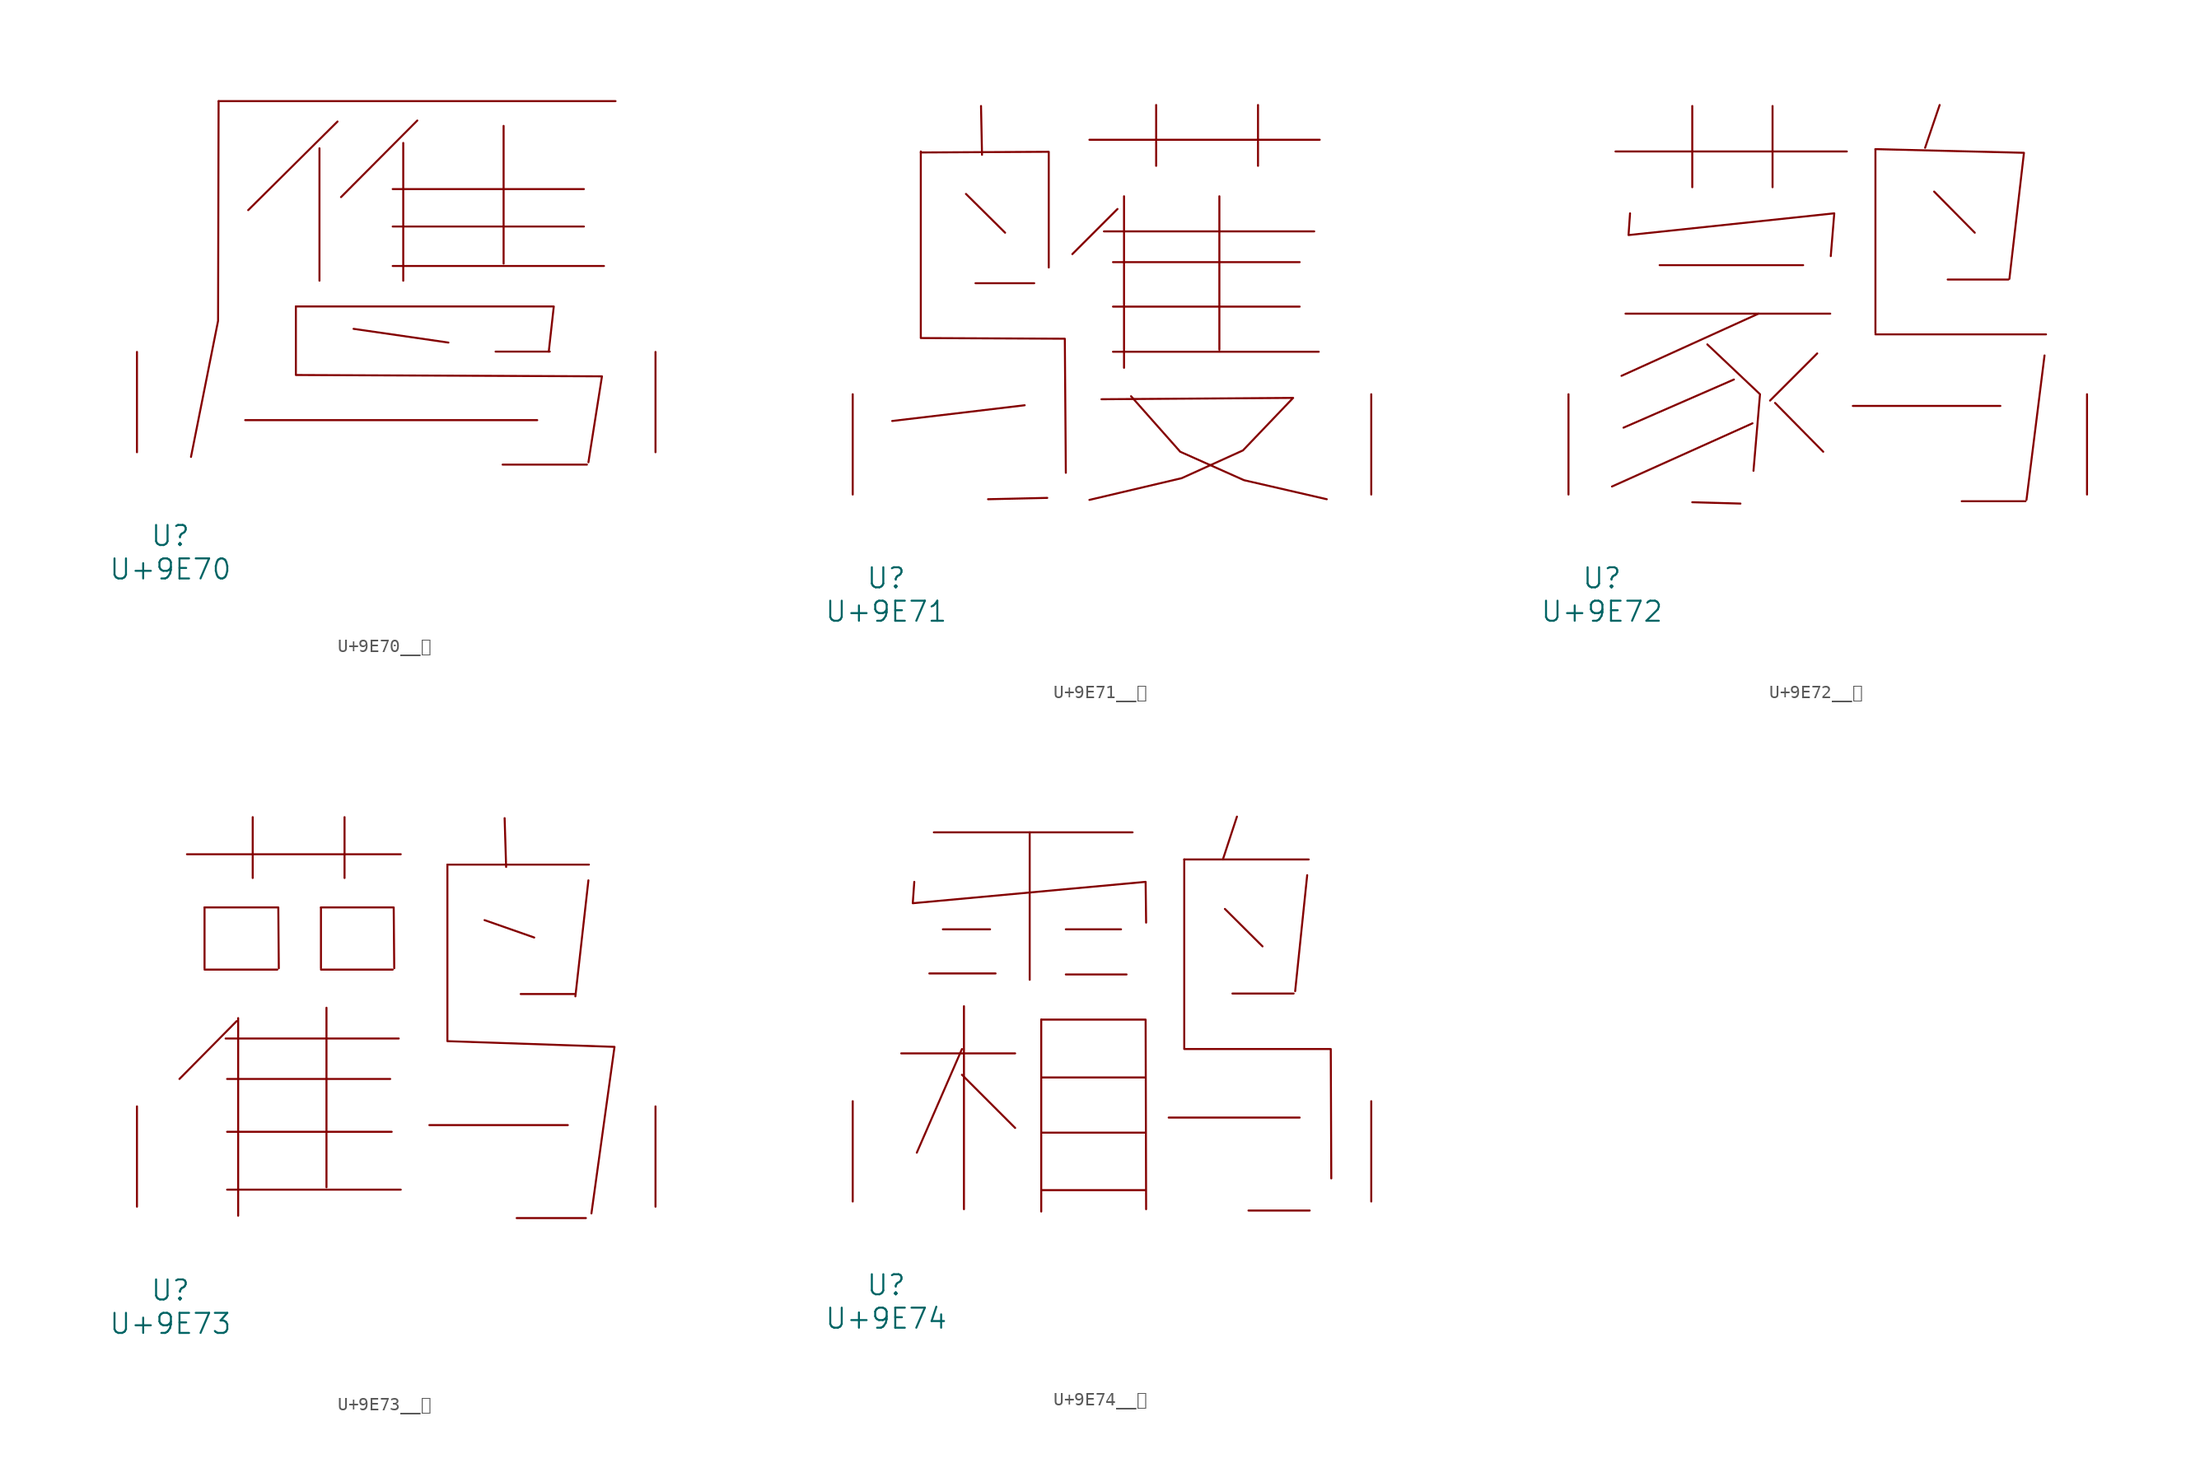
<source format=kicad_sym>
(kicad_symbol_lib
  (version 20231120)
  (generator "kicad_symbol_editor")
  (generator_version "8.0")
  (symbol "U+9E70__鹰"
    (pin_names
      (offset 1.016))
    (property "Reference" "U"
      (at 0 -6.35 0)
      (effects (font (size 1.524 1.524))))
    (property "Value" "U+9E70"
      (at 0 -8.89 0)
      (effects (font (size 1.524 1.524))))
    (symbol "U+9E70__鹰_0_1"
      (polyline (pts (xy 3.658 26.67) (xy 33.795 26.67)) (stroke (width 0) (type solid)) (fill (type none)))
      (polyline (pts (xy 5.677 2.438) (xy 27.851 2.438)) (stroke (width 0) (type solid)) (fill (type none)))
      (polyline (pts (xy 11.316 23.089) (xy 11.316 13.03)) (stroke (width 0) (type solid)) (fill (type none)))
      (polyline (pts (xy 12.687 25.121) (xy 5.905 18.39)) (stroke (width 0) (type solid)) (fill (type none)))
      (polyline (pts (xy 13.906 9.373) (xy 21.107 8.331)) (stroke (width 0) (type solid)) (fill (type none)))
      (polyline (pts (xy 16.878 14.148) (xy 32.918 14.148)) (stroke (width 0) (type solid)) (fill (type none)))
      (polyline (pts (xy 16.878 17.145) (xy 31.394 17.145)) (stroke (width 0) (type solid)) (fill (type none)))
      (polyline (pts (xy 16.878 19.99) (xy 31.394 19.99)) (stroke (width 0) (type solid)) (fill (type none)))
      (polyline (pts (xy 17.678 23.495) (xy 17.678 13.03)) (stroke (width 0) (type solid)) (fill (type none)))
      (polyline (pts (xy 18.745 25.197) (xy 12.954 19.38)) (stroke (width 0) (type solid)) (fill (type none)))
      (polyline (pts (xy 24.689 7.645) (xy 28.804 7.645)) (stroke (width 0) (type solid)) (fill (type none)))
      (polyline (pts (xy 25.222 -0.94) (xy 31.623 -0.94)) (stroke (width 0) (type solid)) (fill (type none)))
      (polyline (pts (xy 25.298 24.79) (xy 25.298 14.326)) (stroke (width 0) (type solid)) (fill (type none)))
      (polyline (pts (xy 3.658 26.67) (xy 3.619 9.982) (xy 1.562 -0.356)) (stroke (width 0) (type solid)) (fill (type none)))
      (polyline (pts (xy 9.525 11.074) (xy 29.108 11.074) (xy 28.727 7.645)) (stroke (width 0) (type solid)) (fill (type none)))
      (polyline (pts (xy 9.525 11.074) (xy 9.525 5.867) (xy 32.766 5.766) (xy 31.737 -0.762)) (stroke (width 0) (type solid)) (fill (type none)))
      (pin input line (at -2.54 0 90) (length 7.62) (name "~" (effects (font (size 1.27 1.27)))) (number "~" (effects (font (size 1.27 1.27)))))
      (pin input line (at 36.83 0 90) (length 7.62) (name "~" (effects (font (size 1.27 1.27)))) (number "~" (effects (font (size 1.27 1.27)))))))
  (symbol "U+9E71__鹱"
    (pin_names
      (offset 1.016))
    (property "Reference" "U"
      (at 0 -6.35 0)
      (effects (font (size 1.524 1.524))))
    (property "Value" "U+9E71"
      (at 0 -8.89 0)
      (effects (font (size 1.524 1.524))))
    (symbol "U+9E71__鹱_0_1"
      (polyline (pts (xy 6.058 22.835) (xy 9.03 19.888)) (stroke (width 0) (type solid)) (fill (type none)))
      (polyline (pts (xy 6.782 16.053) (xy 11.239 16.053)) (stroke (width 0) (type solid)) (fill (type none)))
      (polyline (pts (xy 7.201 29.515) (xy 7.277 25.806)) (stroke (width 0) (type solid)) (fill (type none)))
      (polyline (pts (xy 10.516 6.782) (xy 0.457 5.588)) (stroke (width 0) (type solid)) (fill (type none)))
      (polyline (pts (xy 12.23 -0.254) (xy 7.734 -0.356)) (stroke (width 0) (type solid)) (fill (type none)))
      (polyline (pts (xy 15.431 26.949) (xy 32.918 26.949)) (stroke (width 0) (type solid)) (fill (type none)))
      (polyline (pts (xy 16.535 19.99) (xy 32.499 19.99)) (stroke (width 0) (type solid)) (fill (type none)))
      (polyline (pts (xy 17.221 10.846) (xy 32.842 10.846)) (stroke (width 0) (type solid)) (fill (type none)))
      (polyline (pts (xy 17.221 14.275) (xy 31.394 14.275)) (stroke (width 0) (type solid)) (fill (type none)))
      (polyline (pts (xy 17.221 17.653) (xy 31.394 17.653)) (stroke (width 0) (type solid)) (fill (type none)))
      (polyline (pts (xy 17.564 21.692) (xy 14.135 18.263)) (stroke (width 0) (type solid)) (fill (type none)))
      (polyline (pts (xy 18.059 22.657) (xy 18.059 9.627)) (stroke (width 0) (type solid)) (fill (type none)))
      (polyline (pts (xy 20.498 29.591) (xy 20.498 24.968)) (stroke (width 0) (type solid)) (fill (type none)))
      (polyline (pts (xy 25.298 22.657) (xy 25.298 10.998)) (stroke (width 0) (type solid)) (fill (type none)))
      (polyline (pts (xy 28.232 29.591) (xy 28.232 24.968)) (stroke (width 0) (type solid)) (fill (type none)))
      (polyline (pts (xy 2.629 25.984) (xy 12.344 26.035) (xy 12.344 17.247)) (stroke (width 0) (type solid)) (fill (type none)))
      (polyline (pts (xy 2.629 26.06) (xy 2.629 11.887) (xy 13.564 11.836) (xy 13.64 1.651)) (stroke (width 0) (type solid)) (fill (type none)))
      (polyline (pts (xy 18.593 7.468) (xy 22.327 3.251) (xy 27.165 1.092) (xy 33.452 -0.356)) (stroke (width 0) (type solid)) (fill (type none)))
      (polyline (pts (xy 16.345 7.239) (xy 30.899 7.341) (xy 27.089 3.353) (xy 22.441 1.245) (xy 15.431 -0.406)) (stroke (width 0) (type solid)) (fill (type none)))
      (pin input line (at -2.54 0 90) (length 7.62) (name "~" (effects (font (size 1.27 1.27)))) (number "~" (effects (font (size 1.27 1.27)))))
      (pin input line (at 36.83 0 90) (length 7.62) (name "~" (effects (font (size 1.27 1.27)))) (number "~" (effects (font (size 1.27 1.27)))))))
  (symbol "U+9E72__鹲"
    (pin_names
      (offset 1.016))
    (property "Reference" "U"
      (at 0 -6.35 0)
      (effects (font (size 1.524 1.524))))
    (property "Value" "U+9E72"
      (at 0 -8.89 0)
      (effects (font (size 1.524 1.524))))
    (symbol "U+9E72__鹲_0_1"
      (polyline (pts (xy 1.029 26.06) (xy 18.593 26.06)) (stroke (width 0) (type solid)) (fill (type none)))
      (polyline (pts (xy 1.791 13.741) (xy 17.335 13.741)) (stroke (width 0) (type solid)) (fill (type none)))
      (polyline (pts (xy 4.381 17.424) (xy 15.278 17.424)) (stroke (width 0) (type solid)) (fill (type none)))
      (polyline (pts (xy 6.858 29.515) (xy 6.858 23.343)) (stroke (width 0) (type solid)) (fill (type none)))
      (polyline (pts (xy 10.02 8.738) (xy 1.638 5.08)) (stroke (width 0) (type solid)) (fill (type none)))
      (polyline (pts (xy 10.516 -0.686) (xy 6.858 -0.584)) (stroke (width 0) (type solid)) (fill (type none)))
      (polyline (pts (xy 11.43 5.41) (xy 0.762 0.61)) (stroke (width 0) (type solid)) (fill (type none)))
      (polyline (pts (xy 11.887 13.741) (xy 1.486 9.017)) (stroke (width 0) (type solid)) (fill (type none)))
      (polyline (pts (xy 12.954 29.515) (xy 12.954 23.343)) (stroke (width 0) (type solid)) (fill (type none)))
      (polyline (pts (xy 13.145 6.96) (xy 16.802 3.251)) (stroke (width 0) (type solid)) (fill (type none)))
      (polyline (pts (xy 16.345 10.719) (xy 12.764 7.137)) (stroke (width 0) (type solid)) (fill (type none)))
      (polyline (pts (xy 19.05 6.731) (xy 30.251 6.731)) (stroke (width 0) (type solid)) (fill (type none)))
      (polyline (pts (xy 20.765 12.167) (xy 33.718 12.167)) (stroke (width 0) (type solid)) (fill (type none)))
      (polyline (pts (xy 20.765 26.238) (xy 20.765 12.268)) (stroke (width 0) (type solid)) (fill (type none)))
      (polyline (pts (xy 25.222 23.012) (xy 28.308 19.888)) (stroke (width 0) (type solid)) (fill (type none)))
      (polyline (pts (xy 25.641 29.591) (xy 24.536 26.34)) (stroke (width 0) (type solid)) (fill (type none)))
      (polyline (pts (xy 26.251 16.332) (xy 30.861 16.332)) (stroke (width 0) (type solid)) (fill (type none)))
      (polyline (pts (xy 27.318 -0.508) (xy 32.156 -0.508)) (stroke (width 0) (type solid)) (fill (type none)))
      (polyline (pts (xy 33.604 10.566) (xy 32.233 -0.406)) (stroke (width 0) (type solid)) (fill (type none)))
      (polyline (pts (xy 8.001 11.405) (xy 12.002 7.62) (xy 11.506 1.803)) (stroke (width 0) (type solid)) (fill (type none)))
      (polyline (pts (xy 20.765 26.238) (xy 32.042 25.959) (xy 30.937 16.383)) (stroke (width 0) (type solid)) (fill (type none)))
      (polyline (pts (xy 2.134 21.361) (xy 2.019 19.71) (xy 17.64 21.361) (xy 17.374 18.11)) (stroke (width 0) (type solid)) (fill (type none)))
      (pin input line (at -2.54 0 90) (length 7.62) (name "~" (effects (font (size 1.27 1.27)))) (number "~" (effects (font (size 1.27 1.27)))))
      (pin input line (at 36.83 0 90) (length 7.62) (name "~" (effects (font (size 1.27 1.27)))) (number "~" (effects (font (size 1.27 1.27)))))))
  (symbol "U+9E73__鹳"
    (pin_names
      (offset 1.016))
    (property "Reference" "U"
      (at 0 -6.35 0)
      (effects (font (size 1.524 1.524))))
    (property "Value" "U+9E73"
      (at 0 -8.89 0)
      (effects (font (size 1.524 1.524))))
    (symbol "U+9E73__鹳_0_1"
      (polyline (pts (xy 1.257 26.772) (xy 17.488 26.772)) (stroke (width 0) (type solid)) (fill (type none)))
      (polyline (pts (xy 2.591 18.009) (xy 8.115 18.009)) (stroke (width 0) (type solid)) (fill (type none)))
      (polyline (pts (xy 2.591 22.733) (xy 2.591 18.11)) (stroke (width 0) (type solid)) (fill (type none)))
      (polyline (pts (xy 4.191 12.776) (xy 17.335 12.776)) (stroke (width 0) (type solid)) (fill (type none)))
      (polyline (pts (xy 4.305 1.295) (xy 17.488 1.295)) (stroke (width 0) (type solid)) (fill (type none)))
      (polyline (pts (xy 4.305 5.69) (xy 16.802 5.69)) (stroke (width 0) (type solid)) (fill (type none)))
      (polyline (pts (xy 4.305 9.703) (xy 16.688 9.703)) (stroke (width 0) (type solid)) (fill (type none)))
      (polyline (pts (xy 5.029 14.097) (xy 0.686 9.703)) (stroke (width 0) (type solid)) (fill (type none)))
      (polyline (pts (xy 5.144 14.326) (xy 5.144 -0.686)) (stroke (width 0) (type solid)) (fill (type none)))
      (polyline (pts (xy 6.248 29.591) (xy 6.248 24.968)) (stroke (width 0) (type solid)) (fill (type none)))
      (polyline (pts (xy 11.43 18.009) (xy 16.878 18.009)) (stroke (width 0) (type solid)) (fill (type none)))
      (polyline (pts (xy 11.43 22.733) (xy 11.43 18.11)) (stroke (width 0) (type solid)) (fill (type none)))
      (polyline (pts (xy 11.849 15.113) (xy 11.849 1.473)) (stroke (width 0) (type solid)) (fill (type none)))
      (polyline (pts (xy 13.221 29.591) (xy 13.221 24.968)) (stroke (width 0) (type solid)) (fill (type none)))
      (polyline (pts (xy 19.66 6.198) (xy 30.175 6.198)) (stroke (width 0) (type solid)) (fill (type none)))
      (polyline (pts (xy 21.031 25.984) (xy 31.775 25.984)) (stroke (width 0) (type solid)) (fill (type none)))
      (polyline (pts (xy 23.851 21.768) (xy 27.622 20.447)) (stroke (width 0) (type solid)) (fill (type none)))
      (polyline (pts (xy 25.375 29.515) (xy 25.489 25.806)) (stroke (width 0) (type solid)) (fill (type none)))
      (polyline (pts (xy 26.289 -0.864) (xy 31.547 -0.864)) (stroke (width 0) (type solid)) (fill (type none)))
      (polyline (pts (xy 30.709 16.154) (xy 26.594 16.154)) (stroke (width 0) (type solid)) (fill (type none)))
      (polyline (pts (xy 31.737 24.79) (xy 30.747 15.977)) (stroke (width 0) (type solid)) (fill (type none)))
      (polyline (pts (xy 2.591 22.733) (xy 8.191 22.733) (xy 8.23 18.11)) (stroke (width 0) (type solid)) (fill (type none)))
      (polyline (pts (xy 11.43 22.733) (xy 16.954 22.733) (xy 16.993 18.11)) (stroke (width 0) (type solid)) (fill (type none)))
      (polyline (pts (xy 21.031 25.984) (xy 21.031 12.573) (xy 33.718 12.141) (xy 31.966 -0.508)) (stroke (width 0) (type solid)) (fill (type none)))
      (pin input line (at -2.54 0 90) (length 7.62) (name "~" (effects (font (size 1.27 1.27)))) (number "~" (effects (font (size 1.27 1.27)))))
      (pin input line (at 36.83 0 90) (length 7.62) (name "~" (effects (font (size 1.27 1.27)))) (number "~" (effects (font (size 1.27 1.27)))))))
  (symbol "U+9E74__鹴"
    (pin_names
      (offset 1.016))
    (property "Reference" "U"
      (at 0 -6.35 0)
      (effects (font (size 1.524 1.524))))
    (property "Value" "U+9E74"
      (at 0 -8.89 0)
      (effects (font (size 1.524 1.524))))
    (symbol "U+9E74__鹴_0_1"
      (polyline (pts (xy 1.143 11.252) (xy 9.792 11.252)) (stroke (width 0) (type solid)) (fill (type none)))
      (polyline (pts (xy 3.277 17.323) (xy 8.306 17.323)) (stroke (width 0) (type solid)) (fill (type none)))
      (polyline (pts (xy 3.619 28.042) (xy 18.707 28.042)) (stroke (width 0) (type solid)) (fill (type none)))
      (polyline (pts (xy 4.305 20.676) (xy 7.887 20.676)) (stroke (width 0) (type solid)) (fill (type none)))
      (polyline (pts (xy 5.753 9.627) (xy 9.792 5.588)) (stroke (width 0) (type solid)) (fill (type none)))
      (polyline (pts (xy 5.753 11.582) (xy 2.324 3.708)) (stroke (width 0) (type solid)) (fill (type none)))
      (polyline (pts (xy 5.905 14.834) (xy 5.905 -0.584)) (stroke (width 0) (type solid)) (fill (type none)))
      (polyline (pts (xy 10.897 28.042) (xy 10.897 16.84)) (stroke (width 0) (type solid)) (fill (type none)))
      (polyline (pts (xy 11.773 0.864) (xy 19.66 0.864)) (stroke (width 0) (type solid)) (fill (type none)))
      (polyline (pts (xy 11.773 5.232) (xy 19.66 5.232)) (stroke (width 0) (type solid)) (fill (type none)))
      (polyline (pts (xy 11.773 9.423) (xy 19.66 9.423)) (stroke (width 0) (type solid)) (fill (type none)))
      (polyline (pts (xy 11.773 13.818) (xy 11.773 -0.762)) (stroke (width 0) (type solid)) (fill (type none)))
      (polyline (pts (xy 13.64 17.247) (xy 18.25 17.247)) (stroke (width 0) (type solid)) (fill (type none)))
      (polyline (pts (xy 13.64 20.676) (xy 17.831 20.676)) (stroke (width 0) (type solid)) (fill (type none)))
      (polyline (pts (xy 21.45 6.375) (xy 31.394 6.375)) (stroke (width 0) (type solid)) (fill (type none)))
      (polyline (pts (xy 22.631 25.984) (xy 32.08 25.984)) (stroke (width 0) (type solid)) (fill (type none)))
      (polyline (pts (xy 25.718 22.225) (xy 28.575 19.38)) (stroke (width 0) (type solid)) (fill (type none)))
      (polyline (pts (xy 26.289 15.799) (xy 30.937 15.799)) (stroke (width 0) (type solid)) (fill (type none)))
      (polyline (pts (xy 26.632 29.235) (xy 25.565 25.984)) (stroke (width 0) (type solid)) (fill (type none)))
      (polyline (pts (xy 27.508 -0.686) (xy 32.156 -0.686)) (stroke (width 0) (type solid)) (fill (type none)))
      (polyline (pts (xy 31.966 24.79) (xy 31.052 15.977)) (stroke (width 0) (type solid)) (fill (type none)))
      (polyline (pts (xy 11.773 13.818) (xy 19.698 13.818) (xy 19.736 -0.584)) (stroke (width 0) (type solid)) (fill (type none)))
      (polyline (pts (xy 2.134 24.282) (xy 2.019 22.657) (xy 19.698 24.282) (xy 19.736 21.184)) (stroke (width 0) (type solid)) (fill (type none)))
      (polyline (pts (xy 22.631 25.984) (xy 22.631 11.582) (xy 33.757 11.582) (xy 33.795 1.753)) (stroke (width 0) (type solid)) (fill (type none)))
      (pin input line (at -2.54 0 90) (length 7.62) (name "~" (effects (font (size 1.27 1.27)))) (number "~" (effects (font (size 1.27 1.27)))))
      (pin input line (at 36.83 0 90) (length 7.62) (name "~" (effects (font (size 1.27 1.27)))) (number "~" (effects (font (size 1.27 1.27))))))))
</source>
